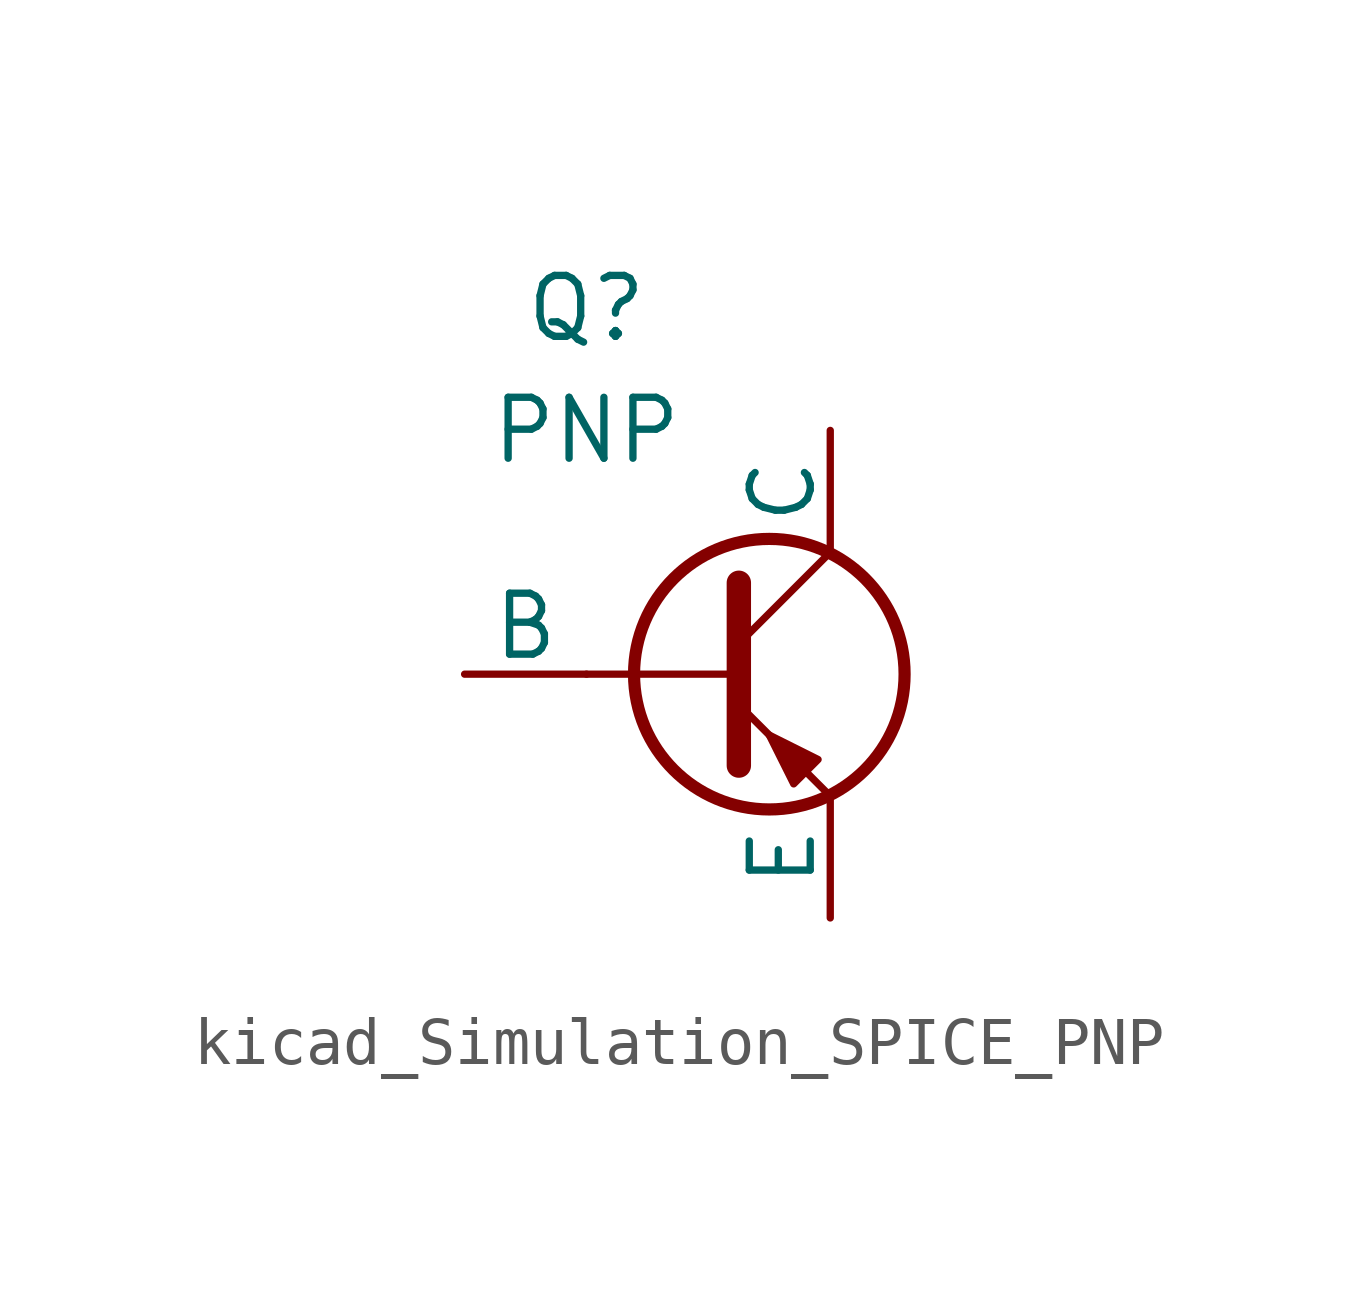
<source format=kicad_sym>
(kicad_symbol_lib
  (version 20220914)
  (generator kicad_symbol_editor)
  (symbol "kicad_Simulation_SPICE_PNP"
    (pin_numbers hide)
    (pin_names
      (offset 0))
    (property "Reference" "Q"
      (at -2.54 7.62 0)
      (effects (font (size 1.27 1.27))))
    (property "Value" "PNP"
      (at -2.54 5.08 0)
      (effects (font (size 1.27 1.27))))
    (symbol "kicad_Simulation_SPICE_PNP_0_1"
      (polyline (pts (xy -2.54 0) (xy 0.635 0)) (stroke (width 0.152) (type default)) (fill (type none)))
      (polyline (pts (xy 0.635 0.635) (xy 2.54 2.54)) (stroke (width 0) (type default)) (fill (type none)))
      (polyline (pts (xy 0.635 -0.635) (xy 2.54 -2.54) (xy 2.54 -2.54)) (stroke (width 0) (type default)) (fill (type none)))
      (polyline (pts (xy 0.635 1.905) (xy 0.635 -1.905) (xy 0.635 -1.905)) (stroke (width 0.508) (type default)) (fill (type none)))
      (polyline (pts (xy 2.286 -1.778) (xy 1.778 -2.286) (xy 1.27 -1.27) (xy 2.286 -1.778) (xy 2.286 -1.778)) (stroke (width 0) (type default)) (fill (type outline)))
      (circle (center 1.27 0) (radius 2.819) (stroke (width 0.254) (type default)) (fill (type none))))
    (symbol "kicad_Simulation_SPICE_PNP_1_1"
      (pin open_collector line (at 2.54 5.08 270) (length 2.54) (name "C" (effects (font (size 1.27 1.27)))) (number "1" (effects (font (size 1.27 1.27)))))
      (pin input line (at -5.08 0 0) (length 2.54) (name "B" (effects (font (size 1.27 1.27)))) (number "2" (effects (font (size 1.27 1.27)))))
      (pin open_emitter line (at 2.54 -5.08 90) (length 2.54) (name "E" (effects (font (size 1.27 1.27)))) (number "3" (effects (font (size 1.27 1.27))))))))
</source>
